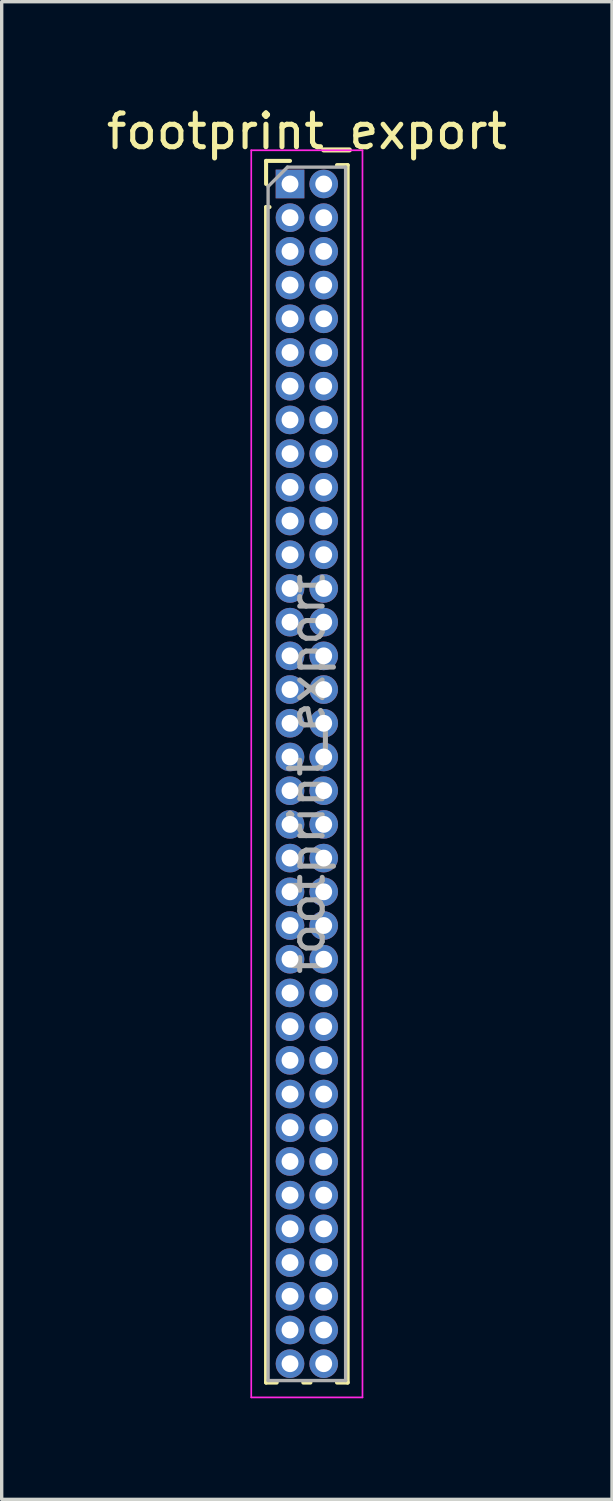
<source format=kicad_pcb>
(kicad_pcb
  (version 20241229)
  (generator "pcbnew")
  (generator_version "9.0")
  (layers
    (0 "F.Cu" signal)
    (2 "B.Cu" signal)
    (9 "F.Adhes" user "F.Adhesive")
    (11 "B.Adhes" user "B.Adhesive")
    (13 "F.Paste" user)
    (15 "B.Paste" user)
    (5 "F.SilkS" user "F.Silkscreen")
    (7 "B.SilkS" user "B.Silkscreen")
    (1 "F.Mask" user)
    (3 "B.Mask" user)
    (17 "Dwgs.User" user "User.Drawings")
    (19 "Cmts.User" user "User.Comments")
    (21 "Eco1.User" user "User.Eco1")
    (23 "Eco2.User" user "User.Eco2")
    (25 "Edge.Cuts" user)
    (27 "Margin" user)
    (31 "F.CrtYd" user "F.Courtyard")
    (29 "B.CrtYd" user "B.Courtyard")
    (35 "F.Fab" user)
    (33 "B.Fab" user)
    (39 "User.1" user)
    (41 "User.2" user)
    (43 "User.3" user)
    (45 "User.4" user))
  (footprint "footprint_export"
    (layer "F.Cu")
    (at 5.554 2.408)
    (property "Reference" "footprint_export" (at 0.5 -1.56 0) (layer "F.SilkS") (effects (font (size 1 1) (thickness 0.15))))
    (attr through_hole)
    (fp_line (start -0.71 -0.685) (end 0 -0.685) (stroke (width 0.12) (type solid)) (layer "F.SilkS"))
    (fp_line (start -0.71 0) (end -0.71 -0.685) (stroke (width 0.12) (type solid)) (layer "F.SilkS"))
    (fp_line (start -0.71 0.685) (end -0.71 35.56) (stroke (width 0.12) (type solid)) (layer "F.SilkS"))
    (fp_line (start -0.71 0.685) (end -0.608 0.685) (stroke (width 0.12) (type solid)) (layer "F.SilkS"))
    (fp_line (start -0.71 35.56) (end -0.394 35.56) (stroke (width 0.12) (type solid)) (layer "F.SilkS"))
    (fp_line (start 0.394 35.56) (end 0.606 35.56) (stroke (width 0.12) (type solid)) (layer "F.SilkS"))
    (fp_line (start 1.394 -0.56) (end 1.71 -0.56) (stroke (width 0.12) (type solid)) (layer "F.SilkS"))
    (fp_line (start 1.394 35.56) (end 1.71 35.56) (stroke (width 0.12) (type solid)) (layer "F.SilkS"))
    (fp_line (start 1.71 -0.56) (end 1.71 35.56) (stroke (width 0.12) (type solid)) (layer "F.SilkS"))
    (fp_line (start -1.15 -1) (end -1.15 36) (stroke (width 0.05) (type solid)) (layer "F.CrtYd"))
    (fp_line (start -1.15 36) (end 2.15 36) (stroke (width 0.05) (type solid)) (layer "F.CrtYd"))
    (fp_line (start 2.15 -1) (end -1.15 -1) (stroke (width 0.05) (type solid)) (layer "F.CrtYd"))
    (fp_line (start 2.15 36) (end 2.15 -1) (stroke (width 0.05) (type solid)) (layer "F.CrtYd"))
    (fp_line (start -0.65 0.075) (end -0.075 -0.5) (stroke (width 0.1) (type solid)) (layer "F.Fab"))
    (fp_line (start -0.65 35.5) (end -0.65 0.075) (stroke (width 0.1) (type solid)) (layer "F.Fab"))
    (fp_line (start -0.075 -0.5) (end 1.65 -0.5) (stroke (width 0.1) (type solid)) (layer "F.Fab"))
    (fp_line (start 1.65 -0.5) (end 1.65 35.5) (stroke (width 0.1) (type solid)) (layer "F.Fab"))
    (fp_line (start 1.65 35.5) (end -0.65 35.5) (stroke (width 0.1) (type solid)) (layer "F.Fab"))
    (fp_text user "${REFERENCE}" (at 0.5 17.5 90) (layer "F.Fab") (effects (font (size 1 1) (thickness 0.15))))
    (pad "1" thru_hole rect (at 0 0) (size 0.85 0.85) (drill 0.5) (layers "*.Cu" "*.Mask"))
    (pad "2" thru_hole oval (at 1 0) (size 0.85 0.85) (drill 0.5) (layers "*.Cu" "*.Mask"))
    (pad "3" thru_hole oval (at 0 1) (size 0.85 0.85) (drill 0.5) (layers "*.Cu" "*.Mask"))
    (pad "4" thru_hole oval (at 1 1) (size 0.85 0.85) (drill 0.5) (layers "*.Cu" "*.Mask"))
    (pad "5" thru_hole oval (at 0 2) (size 0.85 0.85) (drill 0.5) (layers "*.Cu" "*.Mask"))
    (pad "6" thru_hole oval (at 1 2) (size 0.85 0.85) (drill 0.5) (layers "*.Cu" "*.Mask"))
    (pad "7" thru_hole oval (at 0 3) (size 0.85 0.85) (drill 0.5) (layers "*.Cu" "*.Mask"))
    (pad "8" thru_hole oval (at 1 3) (size 0.85 0.85) (drill 0.5) (layers "*.Cu" "*.Mask"))
    (pad "9" thru_hole oval (at 0 4) (size 0.85 0.85) (drill 0.5) (layers "*.Cu" "*.Mask"))
    (pad "10" thru_hole oval (at 1 4) (size 0.85 0.85) (drill 0.5) (layers "*.Cu" "*.Mask"))
    (pad "11" thru_hole oval (at 0 5) (size 0.85 0.85) (drill 0.5) (layers "*.Cu" "*.Mask"))
    (pad "12" thru_hole oval (at 1 5) (size 0.85 0.85) (drill 0.5) (layers "*.Cu" "*.Mask"))
    (pad "13" thru_hole oval (at 0 6) (size 0.85 0.85) (drill 0.5) (layers "*.Cu" "*.Mask"))
    (pad "14" thru_hole oval (at 1 6) (size 0.85 0.85) (drill 0.5) (layers "*.Cu" "*.Mask"))
    (pad "15" thru_hole oval (at 0 7) (size 0.85 0.85) (drill 0.5) (layers "*.Cu" "*.Mask"))
    (pad "16" thru_hole oval (at 1 7) (size 0.85 0.85) (drill 0.5) (layers "*.Cu" "*.Mask"))
    (pad "17" thru_hole oval (at 0 8) (size 0.85 0.85) (drill 0.5) (layers "*.Cu" "*.Mask"))
    (pad "18" thru_hole oval (at 1 8) (size 0.85 0.85) (drill 0.5) (layers "*.Cu" "*.Mask"))
    (pad "19" thru_hole oval (at 0 9) (size 0.85 0.85) (drill 0.5) (layers "*.Cu" "*.Mask"))
    (pad "20" thru_hole oval (at 1 9) (size 0.85 0.85) (drill 0.5) (layers "*.Cu" "*.Mask"))
    (pad "21" thru_hole oval (at 0 10) (size 0.85 0.85) (drill 0.5) (layers "*.Cu" "*.Mask"))
    (pad "22" thru_hole oval (at 1 10) (size 0.85 0.85) (drill 0.5) (layers "*.Cu" "*.Mask"))
    (pad "23" thru_hole oval (at 0 11) (size 0.85 0.85) (drill 0.5) (layers "*.Cu" "*.Mask"))
    (pad "24" thru_hole oval (at 1 11) (size 0.85 0.85) (drill 0.5) (layers "*.Cu" "*.Mask"))
    (pad "25" thru_hole oval (at 0 12) (size 0.85 0.85) (drill 0.5) (layers "*.Cu" "*.Mask"))
    (pad "26" thru_hole oval (at 1 12) (size 0.85 0.85) (drill 0.5) (layers "*.Cu" "*.Mask"))
    (pad "27" thru_hole oval (at 0 13) (size 0.85 0.85) (drill 0.5) (layers "*.Cu" "*.Mask"))
    (pad "28" thru_hole oval (at 1 13) (size 0.85 0.85) (drill 0.5) (layers "*.Cu" "*.Mask"))
    (pad "29" thru_hole oval (at 0 14) (size 0.85 0.85) (drill 0.5) (layers "*.Cu" "*.Mask"))
    (pad "30" thru_hole oval (at 1 14) (size 0.85 0.85) (drill 0.5) (layers "*.Cu" "*.Mask"))
    (pad "31" thru_hole oval (at 0 15) (size 0.85 0.85) (drill 0.5) (layers "*.Cu" "*.Mask"))
    (pad "32" thru_hole oval (at 1 15) (size 0.85 0.85) (drill 0.5) (layers "*.Cu" "*.Mask"))
    (pad "33" thru_hole oval (at 0 16) (size 0.85 0.85) (drill 0.5) (layers "*.Cu" "*.Mask"))
    (pad "34" thru_hole oval (at 1 16) (size 0.85 0.85) (drill 0.5) (layers "*.Cu" "*.Mask"))
    (pad "35" thru_hole oval (at 0 17) (size 0.85 0.85) (drill 0.5) (layers "*.Cu" "*.Mask"))
    (pad "36" thru_hole oval (at 1 17) (size 0.85 0.85) (drill 0.5) (layers "*.Cu" "*.Mask"))
    (pad "37" thru_hole oval (at 0 18) (size 0.85 0.85) (drill 0.5) (layers "*.Cu" "*.Mask"))
    (pad "38" thru_hole oval (at 1 18) (size 0.85 0.85) (drill 0.5) (layers "*.Cu" "*.Mask"))
    (pad "39" thru_hole oval (at 0 19) (size 0.85 0.85) (drill 0.5) (layers "*.Cu" "*.Mask"))
    (pad "40" thru_hole oval (at 1 19) (size 0.85 0.85) (drill 0.5) (layers "*.Cu" "*.Mask"))
    (pad "41" thru_hole oval (at 0 20) (size 0.85 0.85) (drill 0.5) (layers "*.Cu" "*.Mask"))
    (pad "42" thru_hole oval (at 1 20) (size 0.85 0.85) (drill 0.5) (layers "*.Cu" "*.Mask"))
    (pad "43" thru_hole oval (at 0 21) (size 0.85 0.85) (drill 0.5) (layers "*.Cu" "*.Mask"))
    (pad "44" thru_hole oval (at 1 21) (size 0.85 0.85) (drill 0.5) (layers "*.Cu" "*.Mask"))
    (pad "45" thru_hole oval (at 0 22) (size 0.85 0.85) (drill 0.5) (layers "*.Cu" "*.Mask"))
    (pad "46" thru_hole oval (at 1 22) (size 0.85 0.85) (drill 0.5) (layers "*.Cu" "*.Mask"))
    (pad "47" thru_hole oval (at 0 23) (size 0.85 0.85) (drill 0.5) (layers "*.Cu" "*.Mask"))
    (pad "48" thru_hole oval (at 1 23) (size 0.85 0.85) (drill 0.5) (layers "*.Cu" "*.Mask"))
    (pad "49" thru_hole oval (at 0 24) (size 0.85 0.85) (drill 0.5) (layers "*.Cu" "*.Mask"))
    (pad "50" thru_hole oval (at 1 24) (size 0.85 0.85) (drill 0.5) (layers "*.Cu" "*.Mask"))
    (pad "51" thru_hole oval (at 0 25) (size 0.85 0.85) (drill 0.5) (layers "*.Cu" "*.Mask"))
    (pad "52" thru_hole oval (at 1 25) (size 0.85 0.85) (drill 0.5) (layers "*.Cu" "*.Mask"))
    (pad "53" thru_hole oval (at 0 26) (size 0.85 0.85) (drill 0.5) (layers "*.Cu" "*.Mask"))
    (pad "54" thru_hole oval (at 1 26) (size 0.85 0.85) (drill 0.5) (layers "*.Cu" "*.Mask"))
    (pad "55" thru_hole oval (at 0 27) (size 0.85 0.85) (drill 0.5) (layers "*.Cu" "*.Mask"))
    (pad "56" thru_hole oval (at 1 27) (size 0.85 0.85) (drill 0.5) (layers "*.Cu" "*.Mask"))
    (pad "57" thru_hole oval (at 0 28) (size 0.85 0.85) (drill 0.5) (layers "*.Cu" "*.Mask"))
    (pad "58" thru_hole oval (at 1 28) (size 0.85 0.85) (drill 0.5) (layers "*.Cu" "*.Mask"))
    (pad "59" thru_hole oval (at 0 29) (size 0.85 0.85) (drill 0.5) (layers "*.Cu" "*.Mask"))
    (pad "60" thru_hole oval (at 1 29) (size 0.85 0.85) (drill 0.5) (layers "*.Cu" "*.Mask"))
    (pad "61" thru_hole oval (at 0 30) (size 0.85 0.85) (drill 0.5) (layers "*.Cu" "*.Mask"))
    (pad "62" thru_hole oval (at 1 30) (size 0.85 0.85) (drill 0.5) (layers "*.Cu" "*.Mask"))
    (pad "63" thru_hole oval (at 0 31) (size 0.85 0.85) (drill 0.5) (layers "*.Cu" "*.Mask"))
    (pad "64" thru_hole oval (at 1 31) (size 0.85 0.85) (drill 0.5) (layers "*.Cu" "*.Mask"))
    (pad "65" thru_hole oval (at 0 32) (size 0.85 0.85) (drill 0.5) (layers "*.Cu" "*.Mask"))
    (pad "66" thru_hole oval (at 1 32) (size 0.85 0.85) (drill 0.5) (layers "*.Cu" "*.Mask"))
    (pad "67" thru_hole oval (at 0 33) (size 0.85 0.85) (drill 0.5) (layers "*.Cu" "*.Mask"))
    (pad "68" thru_hole oval (at 1 33) (size 0.85 0.85) (drill 0.5) (layers "*.Cu" "*.Mask"))
    (pad "69" thru_hole oval (at 0 34) (size 0.85 0.85) (drill 0.5) (layers "*.Cu" "*.Mask"))
    (pad "70" thru_hole oval (at 1 34) (size 0.85 0.85) (drill 0.5) (layers "*.Cu" "*.Mask"))
    (pad "71" thru_hole oval (at 0 35) (size 0.85 0.85) (drill 0.5) (layers "*.Cu" "*.Mask"))
    (pad "72" thru_hole oval (at 1 35) (size 0.85 0.85) (drill 0.5) (layers "*.Cu" "*.Mask")))
  (gr_rect
    (start -3 -3)
    (end 15.107 41.433)
    (stroke (width 0.1) (type default))
    (fill no)
    (layer "Edge.Cuts")))
</source>
